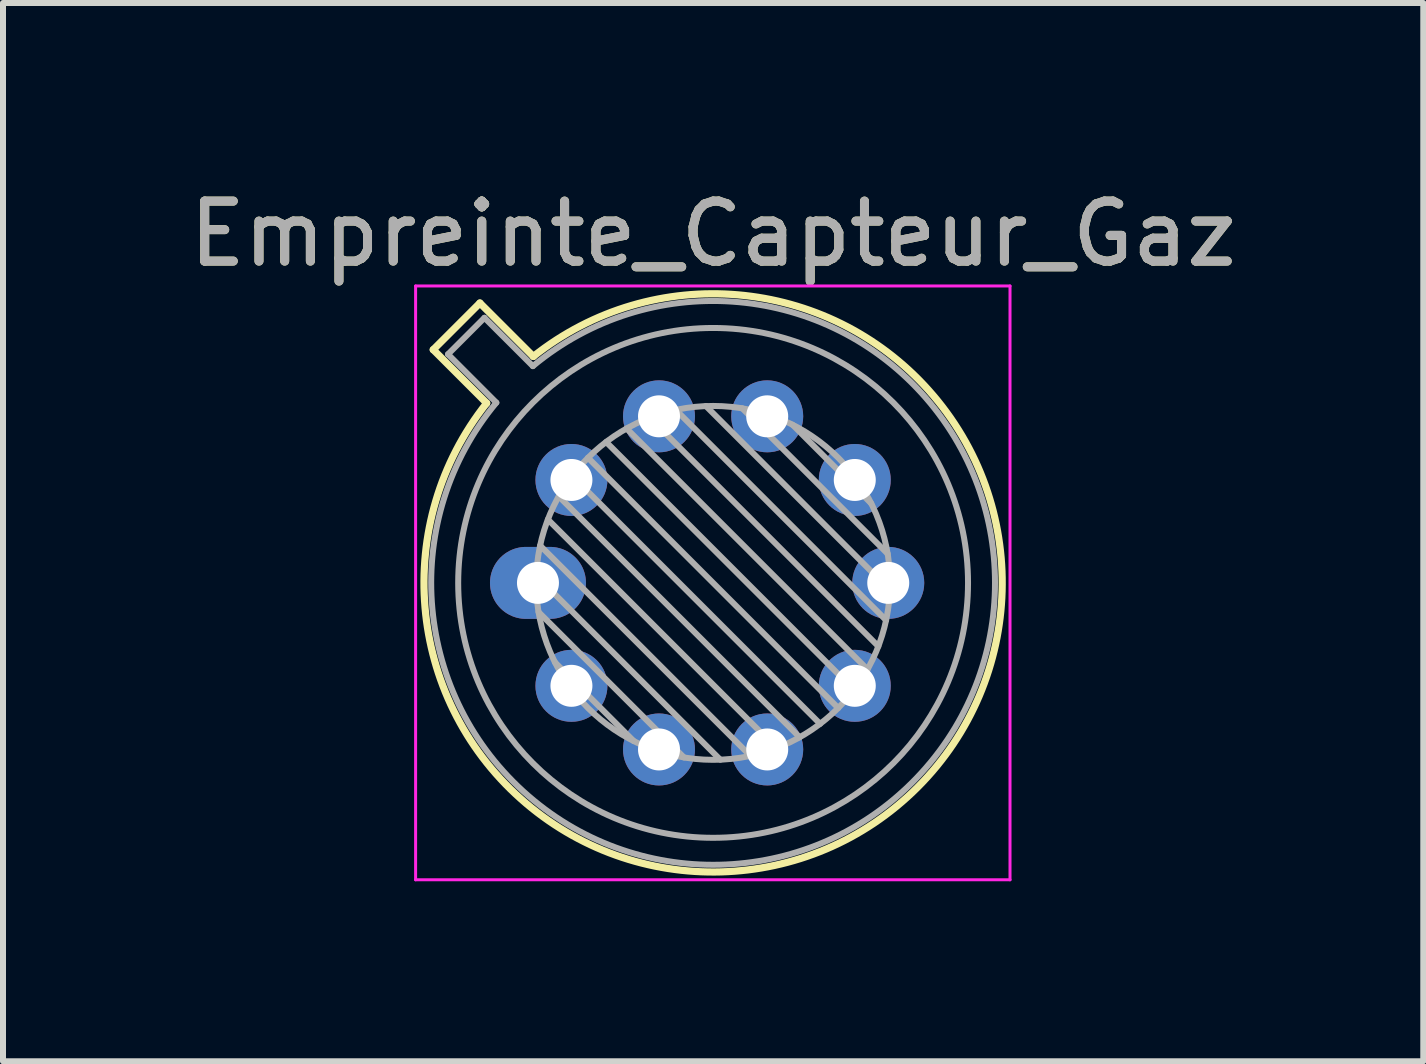
<source format=kicad_pcb>
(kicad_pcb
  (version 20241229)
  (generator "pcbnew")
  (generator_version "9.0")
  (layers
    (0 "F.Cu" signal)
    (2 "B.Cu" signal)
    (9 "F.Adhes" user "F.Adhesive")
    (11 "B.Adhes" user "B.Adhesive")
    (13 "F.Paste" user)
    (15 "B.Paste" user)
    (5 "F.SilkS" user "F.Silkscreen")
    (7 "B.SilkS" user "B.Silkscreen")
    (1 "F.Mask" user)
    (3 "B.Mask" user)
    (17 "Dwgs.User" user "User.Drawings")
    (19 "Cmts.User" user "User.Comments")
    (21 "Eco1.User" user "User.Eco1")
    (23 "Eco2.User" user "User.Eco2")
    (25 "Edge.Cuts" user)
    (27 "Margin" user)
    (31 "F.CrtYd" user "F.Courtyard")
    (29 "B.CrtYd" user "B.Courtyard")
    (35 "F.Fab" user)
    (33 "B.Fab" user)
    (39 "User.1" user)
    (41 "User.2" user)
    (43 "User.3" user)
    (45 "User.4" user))
  (footprint "Empreinte_Capteur_Gaz"
    (layer "F.Cu")
    (at 5.919 6.668)
    (property "Reference" "Empreinte_Capteur_Gaz" (at 2.92 -5.82 0) (layer "F.SilkS") (effects (font (size 1 1) (thickness 0.15))))
    (attr through_hole)
    (fp_line (start -1.746 -3.888) (end -0.855 -2.997) (stroke (width 0.12) (type solid)) (layer "F.SilkS"))
    (fp_line (start -0.968 -4.666) (end -1.746 -3.888) (stroke (width 0.12) (type solid)) (layer "F.SilkS"))
    (fp_line (start -0.077 -3.775) (end -0.968 -4.666) (stroke (width 0.12) (type solid)) (layer "F.SilkS"))
    (fp_arc (start -0.077084 -3.774902) (mid 6.328125 3.408384) (end -0.854674 -2.997371) (stroke (width 0.12) (type solid)) (layer "F.SilkS"))
    (fp_line (start -2.04 -4.95) (end -2.04 4.95) (stroke (width 0.05) (type solid)) (layer "F.CrtYd"))
    (fp_line (start -2.04 4.95) (end 7.87 4.95) (stroke (width 0.05) (type solid)) (layer "F.CrtYd"))
    (fp_line (start 7.87 -4.95) (end -2.04 -4.95) (stroke (width 0.05) (type solid)) (layer "F.CrtYd"))
    (fp_line (start 7.87 4.95) (end 7.87 -4.95) (stroke (width 0.05) (type solid)) (layer "F.CrtYd"))
    (fp_line (start -1.5 -3.812) (end -0.694 -3.005) (stroke (width 0.1) (type solid)) (layer "F.Fab"))
    (fp_line (start -0.892 -4.42) (end -1.5 -3.812) (stroke (width 0.1) (type solid)) (layer "F.Fab"))
    (fp_line (start -0.085 -3.614) (end -0.892 -4.42) (stroke (width 0.1) (type solid)) (layer "F.Fab"))
    (fp_line (start -0.028 -0.12) (end 3.04 2.948) (stroke (width 0.1) (type solid)) (layer "F.Fab"))
    (fp_line (start 0.009 0.485) (end 2.435 2.911) (stroke (width 0.1) (type solid)) (layer "F.Fab"))
    (fp_line (start 0.036 -0.622) (end 3.542 2.884) (stroke (width 0.1) (type solid)) (layer "F.Fab"))
    (fp_line (start 0.165 -1.058) (end 3.978 2.755) (stroke (width 0.1) (type solid)) (layer "F.Fab"))
    (fp_line (start 0.283 1.324) (end 1.596 2.637) (stroke (width 0.1) (type solid)) (layer "F.Fab"))
    (fp_line (start 0.346 -1.443) (end 4.363 2.574) (stroke (width 0.1) (type solid)) (layer "F.Fab"))
    (fp_line (start 0.57 -1.784) (end 4.704 2.35) (stroke (width 0.1) (type solid)) (layer "F.Fab"))
    (fp_line (start 0.834 -2.086) (end 5.006 2.086) (stroke (width 0.1) (type solid)) (layer "F.Fab"))
    (fp_line (start 1.136 -2.35) (end 5.27 1.784) (stroke (width 0.1) (type solid)) (layer "F.Fab"))
    (fp_line (start 1.477 -2.574) (end 5.494 1.443) (stroke (width 0.1) (type solid)) (layer "F.Fab"))
    (fp_line (start 1.862 -2.755) (end 5.675 1.058) (stroke (width 0.1) (type solid)) (layer "F.Fab"))
    (fp_line (start 2.298 -2.884) (end 5.804 0.622) (stroke (width 0.1) (type solid)) (layer "F.Fab"))
    (fp_line (start 2.8 -2.948) (end 5.868 0.12) (stroke (width 0.1) (type solid)) (layer "F.Fab"))
    (fp_line (start 3.405 -2.911) (end 5.831 -0.485) (stroke (width 0.1) (type solid)) (layer "F.Fab"))
    (fp_line (start 4.244 -2.637) (end 5.557 -1.324) (stroke (width 0.1) (type solid)) (layer "F.Fab"))
    (fp_arc (start -0.085408 -3.61352) (mid 6.243443 3.323361) (end -0.693594 -3.005319) (stroke (width 0.1) (type solid)) (layer "F.Fab"))
    (fp_circle (center 2.92 0) (end 5.87 0) (stroke (width 0.1) (type solid)) (fill no) (layer "F.Fab"))
    (fp_circle (center 2.92 0) (end 7.17 0) (stroke (width 0.1) (type solid)) (fill no) (layer "F.Fab"))
    (fp_text user "${REFERENCE}" (at 2.92 -5.82 0) (layer "F.Fab") (effects (font (size 1 1) (thickness 0.15))))
    (pad "1" thru_hole oval (at 2.018 -2.777) (size 1.2 1.2) (drill 0.7) (layers "*.Cu" "*.Mask"))
    (pad "2" thru_hole oval (at 3.822 -2.777) (size 1.2 1.2) (drill 0.7) (layers "*.Cu" "*.Mask"))
    (pad "3" thru_hole oval (at 5.282 -1.716) (size 1.2 1.2) (drill 0.7) (layers "*.Cu" "*.Mask"))
    (pad "4" thru_hole oval (at 5.84 0) (size 1.2 1.2) (drill 0.7) (layers "*.Cu" "*.Mask"))
    (pad "5" thru_hole oval (at 5.282 1.716) (size 1.2 1.2) (drill 0.7) (layers "*.Cu" "*.Mask"))
    (pad "6" thru_hole oval (at 3.822 2.777) (size 1.2 1.2) (drill 0.7) (layers "*.Cu" "*.Mask"))
    (pad "7" thru_hole oval (at 2.018 2.777) (size 1.2 1.2) (drill 0.7) (layers "*.Cu" "*.Mask"))
    (pad "8" thru_hole oval (at 0.558 1.716) (size 1.2 1.2) (drill 0.7) (layers "*.Cu" "*.Mask"))
    (pad "9" thru_hole oval (at 0 0) (size 1.6 1.2) (drill 0.7) (layers "*.Cu" "*.Mask"))
    (pad "10" thru_hole oval (at 0.558 -1.716) (size 1.2 1.2) (drill 0.7) (layers "*.Cu" "*.Mask")))
  (gr_rect
    (start -3 -3)
    (end 20.679 14.643)
    (stroke (width 0.1) (type default))
    (fill no)
    (layer "Edge.Cuts")))
</source>
